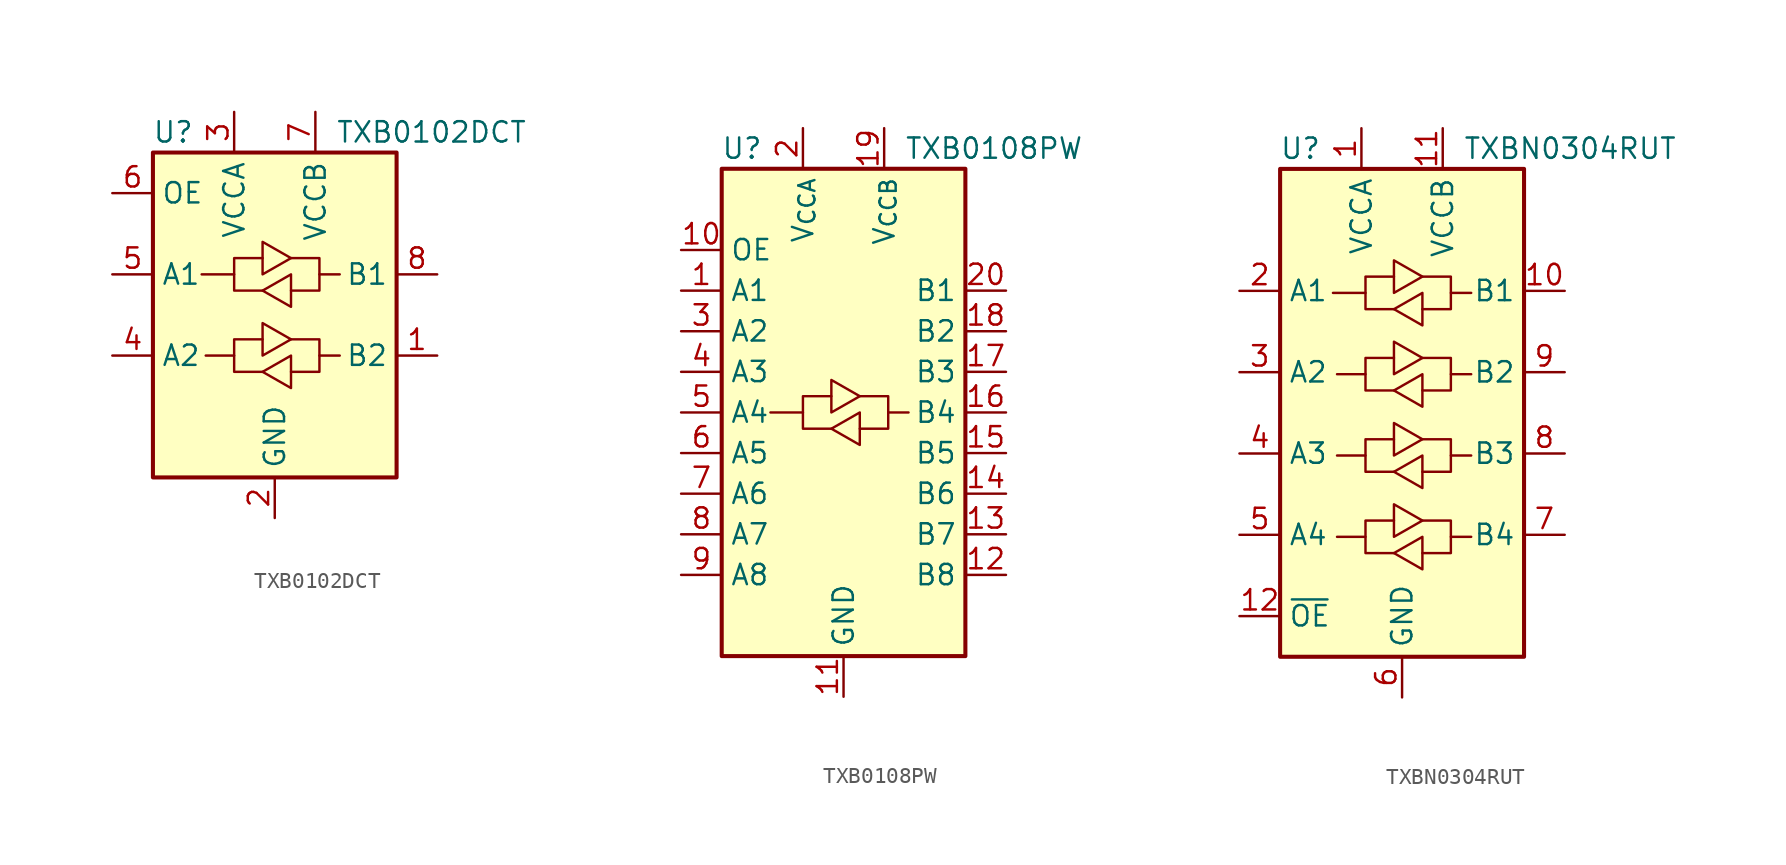
<source format=kicad_sym>
(kicad_symbol_lib
  (version 20231120)
  (generator "kicad_symbol_editor")
  (generator_version "8.0")
  (symbol "TXB0102DCT"
    (property "Reference" "U"
      (at -6.35 11.43 0)
      (effects (font (size 1.27 1.27))))
    (property "Value" "TXB0102DCT"
      (at 3.81 11.43 0)
      (effects (font (size 1.27 1.27)) (justify left)))
    (symbol "TXB0102DCT_0_1"
      (rectangle (start -7.62 10.16) (end 7.62 -10.16) (stroke (width 0.254) (type default)) (fill (type background)))
      (polyline (pts (xy -2.54 -2.54) (xy -2.54 -1.524) (xy -0.762 -1.524)) (stroke (width 0) (type default)) (fill (type none)))
      (polyline (pts (xy -2.54 2.54) (xy -2.54 3.556) (xy -0.762 3.556)) (stroke (width 0) (type default)) (fill (type none)))
      (polyline (pts (xy 2.794 -2.54) (xy 2.794 -3.556) (xy 1.016 -3.556)) (stroke (width 0) (type default)) (fill (type none)))
      (polyline (pts (xy 2.794 2.54) (xy 2.794 1.524) (xy 1.016 1.524)) (stroke (width 0) (type default)) (fill (type none)))
      (polyline (pts (xy -0.762 -3.556) (xy -2.54 -3.556) (xy -2.54 -2.54) (xy -4.318 -2.54)) (stroke (width 0) (type default)) (fill (type none)))
      (polyline (pts (xy -0.762 -2.54) (xy -0.762 -0.508) (xy 1.016 -1.524) (xy -0.762 -2.54)) (stroke (width 0) (type default)) (fill (type background)))
      (polyline (pts (xy -0.762 1.524) (xy -2.54 1.524) (xy -2.54 2.54) (xy -4.572 2.54)) (stroke (width 0) (type default)) (fill (type none)))
      (polyline (pts (xy -0.762 2.54) (xy -0.762 4.572) (xy 1.016 3.556) (xy -0.762 2.54)) (stroke (width 0) (type default)) (fill (type none)))
      (polyline (pts (xy 1.016 -2.54) (xy 1.016 -4.572) (xy -0.762 -3.556) (xy 1.016 -2.54)) (stroke (width 0) (type default)) (fill (type none)))
      (polyline (pts (xy 1.016 -1.524) (xy 2.794 -1.524) (xy 2.794 -2.54) (xy 4.064 -2.54)) (stroke (width 0) (type default)) (fill (type none)))
      (polyline (pts (xy 1.016 3.556) (xy 2.794 3.556) (xy 2.794 2.54) (xy 4.064 2.54)) (stroke (width 0) (type default)) (fill (type none)))
      (polyline (pts (xy 1.016 2.54) (xy 1.016 0.762) (xy 1.016 0.508) (xy -0.762 1.524) (xy 1.016 2.54)) (stroke (width 0) (type default)) (fill (type none))))
    (symbol "TXB0102DCT_1_1"
      (pin bidirectional line (at 10.16 -2.54 180) (length 2.54) (name "B2" (effects (font (size 1.27 1.27)))) (number "1" (effects (font (size 1.27 1.27)))))
      (pin power_in line (at 0 -12.7 90) (length 2.54) (name "GND" (effects (font (size 1.27 1.27)))) (number "2" (effects (font (size 1.27 1.27)))))
      (pin power_in line (at -2.54 12.7 270) (length 2.54) (name "VCCA" (effects (font (size 1.27 1.27)))) (number "3" (effects (font (size 1.27 1.27)))))
      (pin bidirectional line (at -10.16 -2.54 0) (length 2.54) (name "A2" (effects (font (size 1.27 1.27)))) (number "4" (effects (font (size 1.27 1.27)))))
      (pin bidirectional line (at -10.16 2.54 0) (length 2.54) (name "A1" (effects (font (size 1.27 1.27)))) (number "5" (effects (font (size 1.27 1.27)))))
      (pin input line (at -10.16 7.62 0) (length 2.54) (name "OE" (effects (font (size 1.27 1.27)))) (number "6" (effects (font (size 1.27 1.27)))))
      (pin power_in line (at 2.54 12.7 270) (length 2.54) (name "VCCB" (effects (font (size 1.27 1.27)))) (number "7" (effects (font (size 1.27 1.27)))))
      (pin bidirectional line (at 10.16 2.54 180) (length 2.54) (name "B1" (effects (font (size 1.27 1.27)))) (number "8" (effects (font (size 1.27 1.27)))))))
  (symbol "TXB0108PW"
    (property "Reference" "U"
      (at -6.35 16.51 0)
      (effects (font (size 1.27 1.27))))
    (property "Value" "TXB0108PW"
      (at 3.81 16.51 0)
      (effects (font (size 1.27 1.27)) (justify left)))
    (symbol "TXB0108PW_0_1"
      (rectangle (start -7.62 15.24) (end 7.62 -15.24) (stroke (width 0.254) (type default)) (fill (type background)))
      (polyline (pts (xy -2.54 0) (xy -2.54 1.016) (xy -0.762 1.016)) (stroke (width 0) (type default)) (fill (type none)))
      (polyline (pts (xy 2.794 0) (xy 2.794 -1.016) (xy 1.016 -1.016)) (stroke (width 0) (type default)) (fill (type none)))
      (polyline (pts (xy -0.762 -1.016) (xy -2.54 -1.016) (xy -2.54 0) (xy -4.572 0)) (stroke (width 0) (type default)) (fill (type none)))
      (polyline (pts (xy -0.762 -1.016) (xy 1.016 0) (xy 1.016 -2.032) (xy -0.762 -1.016)) (stroke (width 0) (type default)) (fill (type none)))
      (polyline (pts (xy 1.016 1.016) (xy -0.762 0) (xy -0.762 2.032) (xy 1.016 1.016)) (stroke (width 0) (type default)) (fill (type none)))
      (polyline (pts (xy 1.016 1.016) (xy 2.794 1.016) (xy 2.794 0) (xy 4.064 0)) (stroke (width 0) (type default)) (fill (type none))))
    (symbol "TXB0108PW_1_1"
      (pin bidirectional line (at -10.16 7.62 0) (length 2.54) (name "A1" (effects (font (size 1.27 1.27)))) (number "1" (effects (font (size 1.27 1.27)))))
      (pin input line (at -10.16 10.16 0) (length 2.54) (name "OE" (effects (font (size 1.27 1.27)))) (number "10" (effects (font (size 1.27 1.27)))))
      (pin power_in line (at 0 -17.78 90) (length 2.54) (name "GND" (effects (font (size 1.27 1.27)))) (number "11" (effects (font (size 1.27 1.27)))))
      (pin bidirectional line (at 10.16 -10.16 180) (length 2.54) (name "B8" (effects (font (size 1.27 1.27)))) (number "12" (effects (font (size 1.27 1.27)))))
      (pin bidirectional line (at 10.16 -7.62 180) (length 2.54) (name "B7" (effects (font (size 1.27 1.27)))) (number "13" (effects (font (size 1.27 1.27)))))
      (pin bidirectional line (at 10.16 -5.08 180) (length 2.54) (name "B6" (effects (font (size 1.27 1.27)))) (number "14" (effects (font (size 1.27 1.27)))))
      (pin bidirectional line (at 10.16 -2.54 180) (length 2.54) (name "B5" (effects (font (size 1.27 1.27)))) (number "15" (effects (font (size 1.27 1.27)))))
      (pin bidirectional line (at 10.16 0 180) (length 2.54) (name "B4" (effects (font (size 1.27 1.27)))) (number "16" (effects (font (size 1.27 1.27)))))
      (pin bidirectional line (at 10.16 2.54 180) (length 2.54) (name "B3" (effects (font (size 1.27 1.27)))) (number "17" (effects (font (size 1.27 1.27)))))
      (pin bidirectional line (at 10.16 5.08 180) (length 2.54) (name "B2" (effects (font (size 1.27 1.27)))) (number "18" (effects (font (size 1.27 1.27)))))
      (pin power_in line (at 2.54 17.78 270) (length 2.54) (name "V_{CCB}" (effects (font (size 1.27 1.27)))) (number "19" (effects (font (size 1.27 1.27)))))
      (pin power_in line (at -2.54 17.78 270) (length 2.54) (name "V_{CCA}" (effects (font (size 1.27 1.27)))) (number "2" (effects (font (size 1.27 1.27)))))
      (pin bidirectional line (at 10.16 7.62 180) (length 2.54) (name "B1" (effects (font (size 1.27 1.27)))) (number "20" (effects (font (size 1.27 1.27)))))
      (pin bidirectional line (at -10.16 5.08 0) (length 2.54) (name "A2" (effects (font (size 1.27 1.27)))) (number "3" (effects (font (size 1.27 1.27)))))
      (pin bidirectional line (at -10.16 2.54 0) (length 2.54) (name "A3" (effects (font (size 1.27 1.27)))) (number "4" (effects (font (size 1.27 1.27)))))
      (pin bidirectional line (at -10.16 0 0) (length 2.54) (name "A4" (effects (font (size 1.27 1.27)))) (number "5" (effects (font (size 1.27 1.27)))))
      (pin bidirectional line (at -10.16 -2.54 0) (length 2.54) (name "A5" (effects (font (size 1.27 1.27)))) (number "6" (effects (font (size 1.27 1.27)))))
      (pin bidirectional line (at -10.16 -5.08 0) (length 2.54) (name "A6" (effects (font (size 1.27 1.27)))) (number "7" (effects (font (size 1.27 1.27)))))
      (pin bidirectional line (at -10.16 -7.62 0) (length 2.54) (name "A7" (effects (font (size 1.27 1.27)))) (number "8" (effects (font (size 1.27 1.27)))))
      (pin bidirectional line (at -10.16 -10.16 0) (length 2.54) (name "A8" (effects (font (size 1.27 1.27)))) (number "9" (effects (font (size 1.27 1.27)))))))
  (symbol "TXBN0304RUT"
    (property "Reference" "U"
      (at -6.35 16.51 0)
      (effects (font (size 1.27 1.27))))
    (property "Value" "TXBN0304RUT"
      (at 3.81 16.51 0)
      (effects (font (size 1.27 1.27)) (justify left)))
    (symbol "TXBN0304RUT_0_1"
      (rectangle (start -7.62 15.24) (end 7.62 -15.24) (stroke (width 0.254) (type default)) (fill (type background)))
      (polyline (pts (xy -2.286 -7.747) (xy -2.286 -6.731) (xy -0.508 -6.731)) (stroke (width 0) (type default)) (fill (type none)))
      (polyline (pts (xy -2.286 -2.667) (xy -2.286 -1.651) (xy -0.508 -1.651)) (stroke (width 0) (type default)) (fill (type none)))
      (polyline (pts (xy -2.286 2.413) (xy -2.286 3.429) (xy -0.508 3.429)) (stroke (width 0) (type default)) (fill (type none)))
      (polyline (pts (xy -2.286 7.493) (xy -2.286 8.509) (xy -0.508 8.509)) (stroke (width 0) (type default)) (fill (type none)))
      (polyline (pts (xy 3.048 -7.747) (xy 3.048 -8.763) (xy 1.27 -8.763)) (stroke (width 0) (type default)) (fill (type none)))
      (polyline (pts (xy 3.048 -2.667) (xy 3.048 -3.683) (xy 1.27 -3.683)) (stroke (width 0) (type default)) (fill (type none)))
      (polyline (pts (xy 3.048 2.413) (xy 3.048 1.397) (xy 1.27 1.397)) (stroke (width 0) (type default)) (fill (type none)))
      (polyline (pts (xy 3.048 7.493) (xy 3.048 6.477) (xy 1.27 6.477)) (stroke (width 0) (type default)) (fill (type none)))
      (polyline (pts (xy -0.508 -8.763) (xy -2.286 -8.763) (xy -2.286 -7.747) (xy -4.064 -7.747)) (stroke (width 0) (type default)) (fill (type none)))
      (polyline (pts (xy -0.508 -8.763) (xy 1.27 -7.747) (xy 1.27 -9.779) (xy -0.508 -8.763)) (stroke (width 0) (type default)) (fill (type none)))
      (polyline (pts (xy -0.508 -3.683) (xy -2.286 -3.683) (xy -2.286 -2.667) (xy -4.064 -2.667)) (stroke (width 0) (type default)) (fill (type none)))
      (polyline (pts (xy -0.508 -3.683) (xy 1.27 -2.667) (xy 1.27 -4.699) (xy -0.508 -3.683)) (stroke (width 0) (type default)) (fill (type none)))
      (polyline (pts (xy -0.508 1.397) (xy -2.286 1.397) (xy -2.286 2.413) (xy -4.064 2.413)) (stroke (width 0) (type default)) (fill (type none)))
      (polyline (pts (xy -0.508 1.397) (xy 1.27 2.413) (xy 1.27 0.381) (xy -0.508 1.397)) (stroke (width 0) (type default)) (fill (type none)))
      (polyline (pts (xy -0.508 6.477) (xy -2.286 6.477) (xy -2.286 7.493) (xy -4.318 7.493)) (stroke (width 0) (type default)) (fill (type none)))
      (polyline (pts (xy -0.508 6.477) (xy 1.27 7.493) (xy 1.27 5.461) (xy -0.508 6.477)) (stroke (width 0) (type default)) (fill (type none)))
      (polyline (pts (xy 1.27 -6.731) (xy -0.508 -7.747) (xy -0.508 -5.715) (xy 1.27 -6.731)) (stroke (width 0) (type default)) (fill (type none)))
      (polyline (pts (xy 1.27 -6.731) (xy 3.048 -6.731) (xy 3.048 -7.747) (xy 4.318 -7.747)) (stroke (width 0) (type default)) (fill (type none)))
      (polyline (pts (xy 1.27 -1.651) (xy -0.508 -2.667) (xy -0.508 -0.635) (xy 1.27 -1.651)) (stroke (width 0) (type default)) (fill (type none)))
      (polyline (pts (xy 1.27 -1.651) (xy 3.048 -1.651) (xy 3.048 -2.667) (xy 4.318 -2.667)) (stroke (width 0) (type default)) (fill (type none)))
      (polyline (pts (xy 1.27 3.429) (xy -0.508 2.413) (xy -0.508 4.445) (xy 1.27 3.429)) (stroke (width 0) (type default)) (fill (type none)))
      (polyline (pts (xy 1.27 3.429) (xy 3.048 3.429) (xy 3.048 2.413) (xy 4.318 2.413)) (stroke (width 0) (type default)) (fill (type none)))
      (polyline (pts (xy 1.27 8.509) (xy -0.508 7.493) (xy -0.508 9.525) (xy 1.27 8.509)) (stroke (width 0) (type default)) (fill (type none)))
      (polyline (pts (xy 1.27 8.509) (xy 3.048 8.509) (xy 3.048 7.493) (xy 4.318 7.493)) (stroke (width 0) (type default)) (fill (type none))))
    (symbol "TXBN0304RUT_1_1"
      (pin power_in line (at -2.54 17.78 270) (length 2.54) (name "VCCA" (effects (font (size 1.27 1.27)))) (number "1" (effects (font (size 1.27 1.27)))))
      (pin tri_state line (at 10.16 7.62 180) (length 2.54) (name "B1" (effects (font (size 1.27 1.27)))) (number "10" (effects (font (size 1.27 1.27)))))
      (pin power_in line (at 2.54 17.78 270) (length 2.54) (name "VCCB" (effects (font (size 1.27 1.27)))) (number "11" (effects (font (size 1.27 1.27)))))
      (pin input line (at -10.16 -12.7 0) (length 2.54) (name "~{OE}" (effects (font (size 1.27 1.27)))) (number "12" (effects (font (size 1.27 1.27)))))
      (pin tri_state line (at -10.16 7.62 0) (length 2.54) (name "A1" (effects (font (size 1.27 1.27)))) (number "2" (effects (font (size 1.27 1.27)))))
      (pin tri_state line (at -10.16 2.54 0) (length 2.54) (name "A2" (effects (font (size 1.27 1.27)))) (number "3" (effects (font (size 1.27 1.27)))))
      (pin tri_state line (at -10.16 -2.54 0) (length 2.54) (name "A3" (effects (font (size 1.27 1.27)))) (number "4" (effects (font (size 1.27 1.27)))))
      (pin tri_state line (at -10.16 -7.62 0) (length 2.54) (name "A4" (effects (font (size 1.27 1.27)))) (number "5" (effects (font (size 1.27 1.27)))))
      (pin power_in line (at 0 -17.78 90) (length 2.54) (name "GND" (effects (font (size 1.27 1.27)))) (number "6" (effects (font (size 1.27 1.27)))))
      (pin tri_state line (at 10.16 -7.62 180) (length 2.54) (name "B4" (effects (font (size 1.27 1.27)))) (number "7" (effects (font (size 1.27 1.27)))))
      (pin tri_state line (at 10.16 -2.54 180) (length 2.54) (name "B3" (effects (font (size 1.27 1.27)))) (number "8" (effects (font (size 1.27 1.27)))))
      (pin tri_state line (at 10.16 2.54 180) (length 2.54) (name "B2" (effects (font (size 1.27 1.27)))) (number "9" (effects (font (size 1.27 1.27))))))))
</source>
